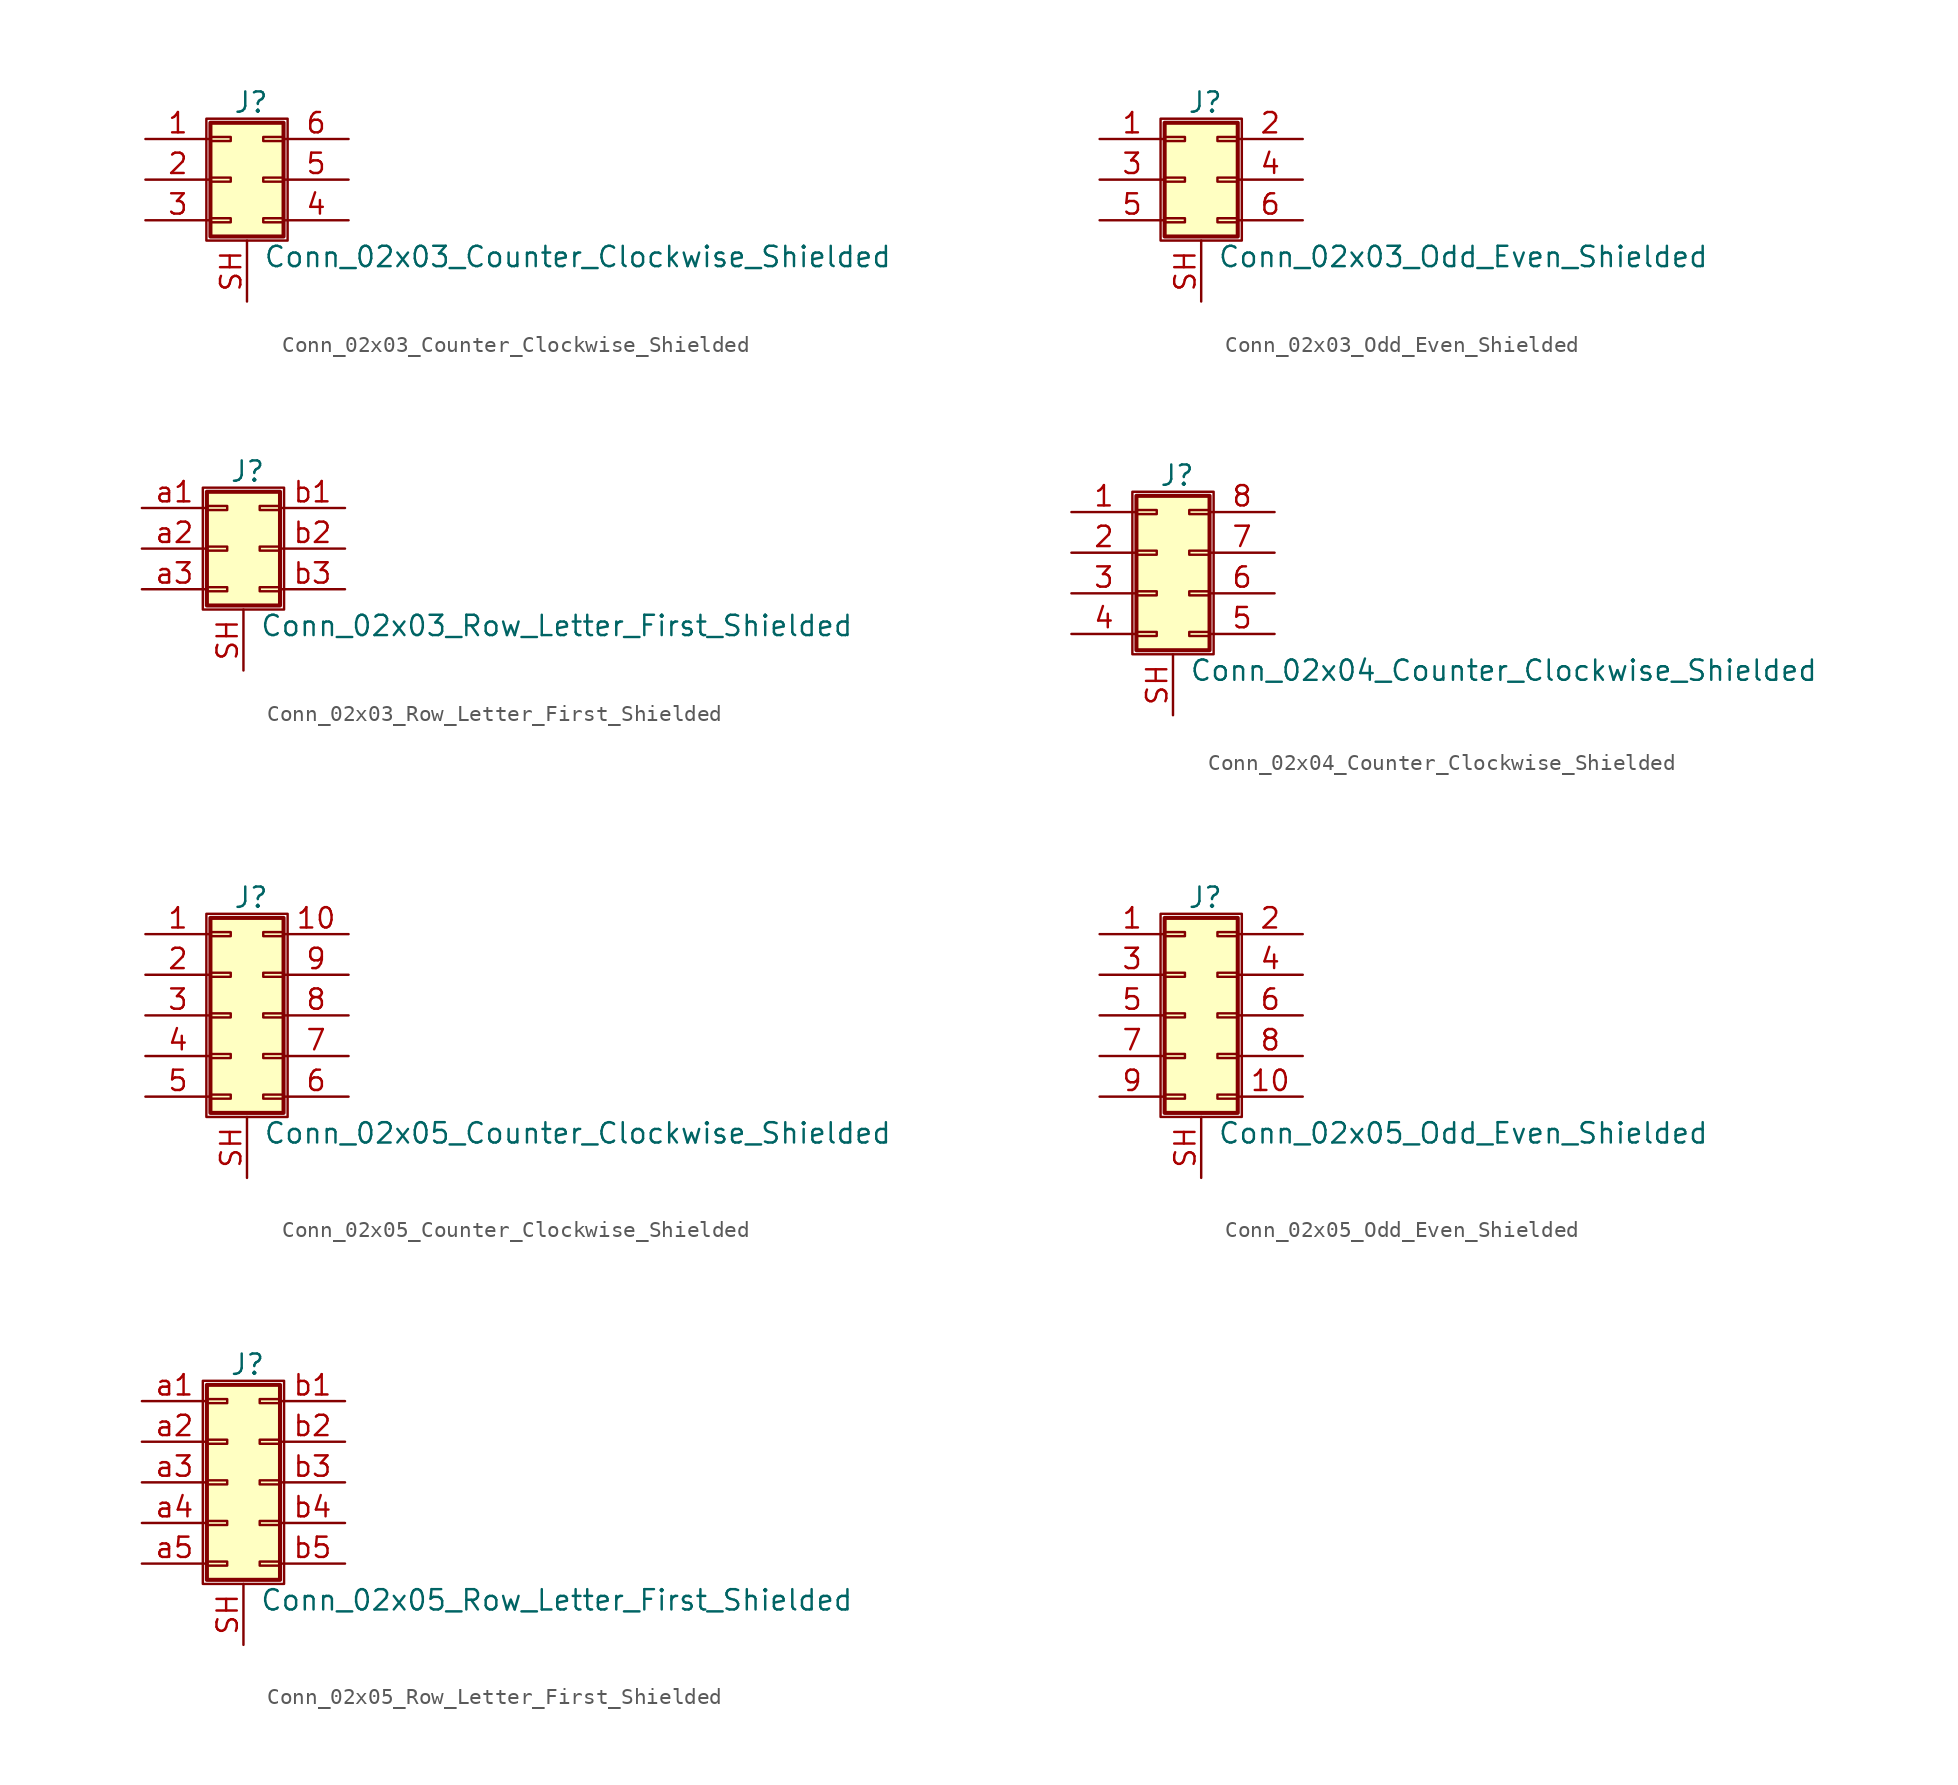
<source format=kicad_sym>
(kicad_symbol_lib
  (version 20201005)
  (generator kicad_symbol_editor)
  (symbol "Conn_02x03_Counter_Clockwise_Shielded"
    (pin_names
      (offset 1.016) hide)
    (property "Reference" "J"
      (at 1.524 4.826 0)
      (effects (font (size 1.27 1.27))))
    (property "Value" "Conn_02x03_Counter_Clockwise_Shielded"
      (at 2.286 -4.826 0)
      (effects (font (size 1.27 1.27)) (justify left)))
    (symbol "Conn_02x03_Counter_Clockwise_Shielded_1_1"
      (rectangle (start -1.27 3.81) (end 3.81 -3.81) (stroke (width 0.152)) (fill (type none)))
      (rectangle (start -1.016 -2.413) (end 0.254 -2.667) (stroke (width 0.152)) (fill (type none)))
      (rectangle (start -1.016 0.127) (end 0.254 -0.127) (stroke (width 0.152)) (fill (type none)))
      (rectangle (start -1.016 2.667) (end 0.254 2.413) (stroke (width 0.152)) (fill (type none)))
      (rectangle (start -1.016 3.556) (end 3.556 -3.556) (stroke (width 0.254)) (fill (type background)))
      (rectangle (start 3.556 -2.413) (end 2.286 -2.667) (stroke (width 0.152)) (fill (type none)))
      (rectangle (start 3.556 0.127) (end 2.286 -0.127) (stroke (width 0.152)) (fill (type none)))
      (rectangle (start 3.556 2.667) (end 2.286 2.413) (stroke (width 0.152)) (fill (type none)))
      (pin passive line (at -5.08 2.54 0) (length 4.064) (name "Pin_1" (effects (font (size 1.27 1.27)))) (number "1" (effects (font (size 1.27 1.27)))))
      (pin passive line (at -5.08 0 0) (length 4.064) (name "Pin_2" (effects (font (size 1.27 1.27)))) (number "2" (effects (font (size 1.27 1.27)))))
      (pin passive line (at -5.08 -2.54 0) (length 4.064) (name "Pin_3" (effects (font (size 1.27 1.27)))) (number "3" (effects (font (size 1.27 1.27)))))
      (pin passive line (at 7.62 -2.54 180) (length 4.064) (name "Pin_4" (effects (font (size 1.27 1.27)))) (number "4" (effects (font (size 1.27 1.27)))))
      (pin passive line (at 7.62 0 180) (length 4.064) (name "Pin_5" (effects (font (size 1.27 1.27)))) (number "5" (effects (font (size 1.27 1.27)))))
      (pin passive line (at 7.62 2.54 180) (length 4.064) (name "Pin_6" (effects (font (size 1.27 1.27)))) (number "6" (effects (font (size 1.27 1.27)))))
      (pin passive line (at 1.27 -7.62 90) (length 3.81) (name "Shield" (effects (font (size 1.27 1.27)))) (number "SH" (effects (font (size 1.27 1.27)))))))
  (symbol "Conn_02x03_Odd_Even_Shielded"
    (pin_names
      (offset 1.016) hide)
    (property "Reference" "J"
      (at 1.524 4.826 0)
      (effects (font (size 1.27 1.27))))
    (property "Value" "Conn_02x03_Odd_Even_Shielded"
      (at 2.286 -4.826 0)
      (effects (font (size 1.27 1.27)) (justify left)))
    (symbol "Conn_02x03_Odd_Even_Shielded_1_1"
      (rectangle (start -1.27 3.81) (end 3.81 -3.81) (stroke (width 0.152)) (fill (type none)))
      (rectangle (start -1.016 -2.413) (end 0.254 -2.667) (stroke (width 0.152)) (fill (type none)))
      (rectangle (start -1.016 0.127) (end 0.254 -0.127) (stroke (width 0.152)) (fill (type none)))
      (rectangle (start -1.016 2.667) (end 0.254 2.413) (stroke (width 0.152)) (fill (type none)))
      (rectangle (start -1.016 3.556) (end 3.556 -3.556) (stroke (width 0.254)) (fill (type background)))
      (rectangle (start 3.556 -2.413) (end 2.286 -2.667) (stroke (width 0.152)) (fill (type none)))
      (rectangle (start 3.556 0.127) (end 2.286 -0.127) (stroke (width 0.152)) (fill (type none)))
      (rectangle (start 3.556 2.667) (end 2.286 2.413) (stroke (width 0.152)) (fill (type none)))
      (pin passive line (at -5.08 2.54 0) (length 4.064) (name "Pin_1" (effects (font (size 1.27 1.27)))) (number "1" (effects (font (size 1.27 1.27)))))
      (pin passive line (at 7.62 2.54 180) (length 4.064) (name "Pin_2" (effects (font (size 1.27 1.27)))) (number "2" (effects (font (size 1.27 1.27)))))
      (pin passive line (at -5.08 0 0) (length 4.064) (name "Pin_3" (effects (font (size 1.27 1.27)))) (number "3" (effects (font (size 1.27 1.27)))))
      (pin passive line (at 7.62 0 180) (length 4.064) (name "Pin_4" (effects (font (size 1.27 1.27)))) (number "4" (effects (font (size 1.27 1.27)))))
      (pin passive line (at -5.08 -2.54 0) (length 4.064) (name "Pin_5" (effects (font (size 1.27 1.27)))) (number "5" (effects (font (size 1.27 1.27)))))
      (pin passive line (at 7.62 -2.54 180) (length 4.064) (name "Pin_6" (effects (font (size 1.27 1.27)))) (number "6" (effects (font (size 1.27 1.27)))))
      (pin passive line (at 1.27 -7.62 90) (length 3.81) (name "Shield" (effects (font (size 1.27 1.27)))) (number "SH" (effects (font (size 1.27 1.27)))))))
  (symbol "Conn_02x03_Row_Letter_First_Shielded"
    (pin_names
      (offset 1.016) hide)
    (property "Reference" "J"
      (at 1.524 4.826 0)
      (effects (font (size 1.27 1.27))))
    (property "Value" "Conn_02x03_Row_Letter_First_Shielded"
      (at 2.286 -4.826 0)
      (effects (font (size 1.27 1.27)) (justify left)))
    (symbol "Conn_02x03_Row_Letter_First_Shielded_1_1"
      (rectangle (start -1.27 3.81) (end 3.81 -3.81) (stroke (width 0.152)) (fill (type none)))
      (rectangle (start -1.016 -2.413) (end 0.254 -2.667) (stroke (width 0.152)) (fill (type none)))
      (rectangle (start -1.016 0.127) (end 0.254 -0.127) (stroke (width 0.152)) (fill (type none)))
      (rectangle (start -1.016 2.667) (end 0.254 2.413) (stroke (width 0.152)) (fill (type none)))
      (rectangle (start -1.016 3.556) (end 3.556 -3.556) (stroke (width 0.254)) (fill (type background)))
      (rectangle (start 3.556 -2.413) (end 2.286 -2.667) (stroke (width 0.152)) (fill (type none)))
      (rectangle (start 3.556 0.127) (end 2.286 -0.127) (stroke (width 0.152)) (fill (type none)))
      (rectangle (start 3.556 2.667) (end 2.286 2.413) (stroke (width 0.152)) (fill (type none)))
      (pin passive line (at 1.27 -7.62 90) (length 3.81) (name "Shield" (effects (font (size 1.27 1.27)))) (number "SH" (effects (font (size 1.27 1.27)))))
      (pin passive line (at -5.08 2.54 0) (length 4.064) (name "Pin_a1" (effects (font (size 1.27 1.27)))) (number "a1" (effects (font (size 1.27 1.27)))))
      (pin passive line (at -5.08 0 0) (length 4.064) (name "Pin_a2" (effects (font (size 1.27 1.27)))) (number "a2" (effects (font (size 1.27 1.27)))))
      (pin passive line (at -5.08 -2.54 0) (length 4.064) (name "Pin_a3" (effects (font (size 1.27 1.27)))) (number "a3" (effects (font (size 1.27 1.27)))))
      (pin passive line (at 7.62 2.54 180) (length 4.064) (name "Pin_b1" (effects (font (size 1.27 1.27)))) (number "b1" (effects (font (size 1.27 1.27)))))
      (pin passive line (at 7.62 0 180) (length 4.064) (name "Pin_b2" (effects (font (size 1.27 1.27)))) (number "b2" (effects (font (size 1.27 1.27)))))
      (pin passive line (at 7.62 -2.54 180) (length 4.064) (name "Pin_b3" (effects (font (size 1.27 1.27)))) (number "b3" (effects (font (size 1.27 1.27)))))))
  (symbol "Conn_02x04_Counter_Clockwise_Shielded"
    (pin_names
      (offset 1.016) hide)
    (property "Reference" "J"
      (at 1.524 4.826 0)
      (effects (font (size 1.27 1.27))))
    (property "Value" "Conn_02x04_Counter_Clockwise_Shielded"
      (at 2.286 -7.366 0)
      (effects (font (size 1.27 1.27)) (justify left)))
    (symbol "Conn_02x04_Counter_Clockwise_Shielded_1_1"
      (rectangle (start -1.27 3.81) (end 3.81 -6.35) (stroke (width 0.152)) (fill (type none)))
      (rectangle (start -1.016 -4.953) (end 0.254 -5.207) (stroke (width 0.152)) (fill (type none)))
      (rectangle (start -1.016 -2.413) (end 0.254 -2.667) (stroke (width 0.152)) (fill (type none)))
      (rectangle (start -1.016 0.127) (end 0.254 -0.127) (stroke (width 0.152)) (fill (type none)))
      (rectangle (start -1.016 2.667) (end 0.254 2.413) (stroke (width 0.152)) (fill (type none)))
      (rectangle (start -1.016 3.556) (end 3.556 -6.096) (stroke (width 0.254)) (fill (type background)))
      (rectangle (start 3.556 -4.953) (end 2.286 -5.207) (stroke (width 0.152)) (fill (type none)))
      (rectangle (start 3.556 -2.413) (end 2.286 -2.667) (stroke (width 0.152)) (fill (type none)))
      (rectangle (start 3.556 0.127) (end 2.286 -0.127) (stroke (width 0.152)) (fill (type none)))
      (rectangle (start 3.556 2.667) (end 2.286 2.413) (stroke (width 0.152)) (fill (type none)))
      (pin passive line (at -5.08 2.54 0) (length 4.064) (name "Pin_1" (effects (font (size 1.27 1.27)))) (number "1" (effects (font (size 1.27 1.27)))))
      (pin passive line (at -5.08 0 0) (length 4.064) (name "Pin_2" (effects (font (size 1.27 1.27)))) (number "2" (effects (font (size 1.27 1.27)))))
      (pin passive line (at -5.08 -2.54 0) (length 4.064) (name "Pin_3" (effects (font (size 1.27 1.27)))) (number "3" (effects (font (size 1.27 1.27)))))
      (pin passive line (at -5.08 -5.08 0) (length 4.064) (name "Pin_4" (effects (font (size 1.27 1.27)))) (number "4" (effects (font (size 1.27 1.27)))))
      (pin passive line (at 7.62 -5.08 180) (length 4.064) (name "Pin_5" (effects (font (size 1.27 1.27)))) (number "5" (effects (font (size 1.27 1.27)))))
      (pin passive line (at 7.62 -2.54 180) (length 4.064) (name "Pin_6" (effects (font (size 1.27 1.27)))) (number "6" (effects (font (size 1.27 1.27)))))
      (pin passive line (at 7.62 0 180) (length 4.064) (name "Pin_7" (effects (font (size 1.27 1.27)))) (number "7" (effects (font (size 1.27 1.27)))))
      (pin passive line (at 7.62 2.54 180) (length 4.064) (name "Pin_8" (effects (font (size 1.27 1.27)))) (number "8" (effects (font (size 1.27 1.27)))))
      (pin passive line (at 1.27 -10.16 90) (length 3.81) (name "Shield" (effects (font (size 1.27 1.27)))) (number "SH" (effects (font (size 1.27 1.27)))))))
  (symbol "Conn_02x05_Counter_Clockwise_Shielded"
    (pin_names
      (offset 1.016) hide)
    (property "Reference" "J"
      (at 1.524 7.366 0)
      (effects (font (size 1.27 1.27))))
    (property "Value" "Conn_02x05_Counter_Clockwise_Shielded"
      (at 2.286 -7.366 0)
      (effects (font (size 1.27 1.27)) (justify left)))
    (symbol "Conn_02x05_Counter_Clockwise_Shielded_1_1"
      (rectangle (start -1.27 6.35) (end 3.81 -6.35) (stroke (width 0.152)) (fill (type none)))
      (rectangle (start -1.016 -4.953) (end 0.254 -5.207) (stroke (width 0.152)) (fill (type none)))
      (rectangle (start -1.016 -2.413) (end 0.254 -2.667) (stroke (width 0.152)) (fill (type none)))
      (rectangle (start -1.016 0.127) (end 0.254 -0.127) (stroke (width 0.152)) (fill (type none)))
      (rectangle (start -1.016 2.667) (end 0.254 2.413) (stroke (width 0.152)) (fill (type none)))
      (rectangle (start -1.016 5.207) (end 0.254 4.953) (stroke (width 0.152)) (fill (type none)))
      (rectangle (start -1.016 6.096) (end 3.556 -6.096) (stroke (width 0.254)) (fill (type background)))
      (rectangle (start 3.556 -4.953) (end 2.286 -5.207) (stroke (width 0.152)) (fill (type none)))
      (rectangle (start 3.556 -2.413) (end 2.286 -2.667) (stroke (width 0.152)) (fill (type none)))
      (rectangle (start 3.556 0.127) (end 2.286 -0.127) (stroke (width 0.152)) (fill (type none)))
      (rectangle (start 3.556 2.667) (end 2.286 2.413) (stroke (width 0.152)) (fill (type none)))
      (rectangle (start 3.556 5.207) (end 2.286 4.953) (stroke (width 0.152)) (fill (type none)))
      (pin passive line (at -5.08 5.08 0) (length 4.064) (name "Pin_1" (effects (font (size 1.27 1.27)))) (number "1" (effects (font (size 1.27 1.27)))))
      (pin passive line (at 7.62 5.08 180) (length 4.064) (name "Pin_10" (effects (font (size 1.27 1.27)))) (number "10" (effects (font (size 1.27 1.27)))))
      (pin passive line (at -5.08 2.54 0) (length 4.064) (name "Pin_2" (effects (font (size 1.27 1.27)))) (number "2" (effects (font (size 1.27 1.27)))))
      (pin passive line (at -5.08 0 0) (length 4.064) (name "Pin_3" (effects (font (size 1.27 1.27)))) (number "3" (effects (font (size 1.27 1.27)))))
      (pin passive line (at -5.08 -2.54 0) (length 4.064) (name "Pin_4" (effects (font (size 1.27 1.27)))) (number "4" (effects (font (size 1.27 1.27)))))
      (pin passive line (at -5.08 -5.08 0) (length 4.064) (name "Pin_5" (effects (font (size 1.27 1.27)))) (number "5" (effects (font (size 1.27 1.27)))))
      (pin passive line (at 7.62 -5.08 180) (length 4.064) (name "Pin_6" (effects (font (size 1.27 1.27)))) (number "6" (effects (font (size 1.27 1.27)))))
      (pin passive line (at 7.62 -2.54 180) (length 4.064) (name "Pin_7" (effects (font (size 1.27 1.27)))) (number "7" (effects (font (size 1.27 1.27)))))
      (pin passive line (at 7.62 0 180) (length 4.064) (name "Pin_8" (effects (font (size 1.27 1.27)))) (number "8" (effects (font (size 1.27 1.27)))))
      (pin passive line (at 7.62 2.54 180) (length 4.064) (name "Pin_9" (effects (font (size 1.27 1.27)))) (number "9" (effects (font (size 1.27 1.27)))))
      (pin passive line (at 1.27 -10.16 90) (length 3.81) (name "Shield" (effects (font (size 1.27 1.27)))) (number "SH" (effects (font (size 1.27 1.27)))))))
  (symbol "Conn_02x05_Odd_Even_Shielded"
    (pin_names
      (offset 1.016) hide)
    (property "Reference" "J"
      (at 1.524 7.366 0)
      (effects (font (size 1.27 1.27))))
    (property "Value" "Conn_02x05_Odd_Even_Shielded"
      (at 2.286 -7.366 0)
      (effects (font (size 1.27 1.27)) (justify left)))
    (symbol "Conn_02x05_Odd_Even_Shielded_1_1"
      (rectangle (start -1.27 6.35) (end 3.81 -6.35) (stroke (width 0.152)) (fill (type none)))
      (rectangle (start -1.016 -4.953) (end 0.254 -5.207) (stroke (width 0.152)) (fill (type none)))
      (rectangle (start -1.016 -2.413) (end 0.254 -2.667) (stroke (width 0.152)) (fill (type none)))
      (rectangle (start -1.016 0.127) (end 0.254 -0.127) (stroke (width 0.152)) (fill (type none)))
      (rectangle (start -1.016 2.667) (end 0.254 2.413) (stroke (width 0.152)) (fill (type none)))
      (rectangle (start -1.016 5.207) (end 0.254 4.953) (stroke (width 0.152)) (fill (type none)))
      (rectangle (start -1.016 6.096) (end 3.556 -6.096) (stroke (width 0.254)) (fill (type background)))
      (rectangle (start 3.556 -4.953) (end 2.286 -5.207) (stroke (width 0.152)) (fill (type none)))
      (rectangle (start 3.556 -2.413) (end 2.286 -2.667) (stroke (width 0.152)) (fill (type none)))
      (rectangle (start 3.556 0.127) (end 2.286 -0.127) (stroke (width 0.152)) (fill (type none)))
      (rectangle (start 3.556 2.667) (end 2.286 2.413) (stroke (width 0.152)) (fill (type none)))
      (rectangle (start 3.556 5.207) (end 2.286 4.953) (stroke (width 0.152)) (fill (type none)))
      (pin passive line (at -5.08 5.08 0) (length 4.064) (name "Pin_1" (effects (font (size 1.27 1.27)))) (number "1" (effects (font (size 1.27 1.27)))))
      (pin passive line (at 7.62 -5.08 180) (length 4.064) (name "Pin_10" (effects (font (size 1.27 1.27)))) (number "10" (effects (font (size 1.27 1.27)))))
      (pin passive line (at 7.62 5.08 180) (length 4.064) (name "Pin_2" (effects (font (size 1.27 1.27)))) (number "2" (effects (font (size 1.27 1.27)))))
      (pin passive line (at -5.08 2.54 0) (length 4.064) (name "Pin_3" (effects (font (size 1.27 1.27)))) (number "3" (effects (font (size 1.27 1.27)))))
      (pin passive line (at 7.62 2.54 180) (length 4.064) (name "Pin_4" (effects (font (size 1.27 1.27)))) (number "4" (effects (font (size 1.27 1.27)))))
      (pin passive line (at -5.08 0 0) (length 4.064) (name "Pin_5" (effects (font (size 1.27 1.27)))) (number "5" (effects (font (size 1.27 1.27)))))
      (pin passive line (at 7.62 0 180) (length 4.064) (name "Pin_6" (effects (font (size 1.27 1.27)))) (number "6" (effects (font (size 1.27 1.27)))))
      (pin passive line (at -5.08 -2.54 0) (length 4.064) (name "Pin_7" (effects (font (size 1.27 1.27)))) (number "7" (effects (font (size 1.27 1.27)))))
      (pin passive line (at 7.62 -2.54 180) (length 4.064) (name "Pin_8" (effects (font (size 1.27 1.27)))) (number "8" (effects (font (size 1.27 1.27)))))
      (pin passive line (at -5.08 -5.08 0) (length 4.064) (name "Pin_9" (effects (font (size 1.27 1.27)))) (number "9" (effects (font (size 1.27 1.27)))))
      (pin passive line (at 1.27 -10.16 90) (length 3.81) (name "Shield" (effects (font (size 1.27 1.27)))) (number "SH" (effects (font (size 1.27 1.27)))))))
  (symbol "Conn_02x05_Row_Letter_First_Shielded"
    (pin_names
      (offset 1.016) hide)
    (property "Reference" "J"
      (at 1.524 7.366 0)
      (effects (font (size 1.27 1.27))))
    (property "Value" "Conn_02x05_Row_Letter_First_Shielded"
      (at 2.286 -7.366 0)
      (effects (font (size 1.27 1.27)) (justify left)))
    (symbol "Conn_02x05_Row_Letter_First_Shielded_1_1"
      (rectangle (start -1.27 6.35) (end 3.81 -6.35) (stroke (width 0.152)) (fill (type none)))
      (rectangle (start -1.016 -4.953) (end 0.254 -5.207) (stroke (width 0.152)) (fill (type none)))
      (rectangle (start -1.016 -2.413) (end 0.254 -2.667) (stroke (width 0.152)) (fill (type none)))
      (rectangle (start -1.016 0.127) (end 0.254 -0.127) (stroke (width 0.152)) (fill (type none)))
      (rectangle (start -1.016 2.667) (end 0.254 2.413) (stroke (width 0.152)) (fill (type none)))
      (rectangle (start -1.016 5.207) (end 0.254 4.953) (stroke (width 0.152)) (fill (type none)))
      (rectangle (start -1.016 6.096) (end 3.556 -6.096) (stroke (width 0.254)) (fill (type background)))
      (rectangle (start 3.556 -4.953) (end 2.286 -5.207) (stroke (width 0.152)) (fill (type none)))
      (rectangle (start 3.556 -2.413) (end 2.286 -2.667) (stroke (width 0.152)) (fill (type none)))
      (rectangle (start 3.556 0.127) (end 2.286 -0.127) (stroke (width 0.152)) (fill (type none)))
      (rectangle (start 3.556 2.667) (end 2.286 2.413) (stroke (width 0.152)) (fill (type none)))
      (rectangle (start 3.556 5.207) (end 2.286 4.953) (stroke (width 0.152)) (fill (type none)))
      (pin passive line (at 1.27 -10.16 90) (length 3.81) (name "Shield" (effects (font (size 1.27 1.27)))) (number "SH" (effects (font (size 1.27 1.27)))))
      (pin passive line (at -5.08 5.08 0) (length 4.064) (name "Pin_a1" (effects (font (size 1.27 1.27)))) (number "a1" (effects (font (size 1.27 1.27)))))
      (pin passive line (at -5.08 2.54 0) (length 4.064) (name "Pin_a2" (effects (font (size 1.27 1.27)))) (number "a2" (effects (font (size 1.27 1.27)))))
      (pin passive line (at -5.08 0 0) (length 4.064) (name "Pin_a3" (effects (font (size 1.27 1.27)))) (number "a3" (effects (font (size 1.27 1.27)))))
      (pin passive line (at -5.08 -2.54 0) (length 4.064) (name "Pin_a4" (effects (font (size 1.27 1.27)))) (number "a4" (effects (font (size 1.27 1.27)))))
      (pin passive line (at -5.08 -5.08 0) (length 4.064) (name "Pin_a5" (effects (font (size 1.27 1.27)))) (number "a5" (effects (font (size 1.27 1.27)))))
      (pin passive line (at 7.62 5.08 180) (length 4.064) (name "Pin_b1" (effects (font (size 1.27 1.27)))) (number "b1" (effects (font (size 1.27 1.27)))))
      (pin passive line (at 7.62 2.54 180) (length 4.064) (name "Pin_b2" (effects (font (size 1.27 1.27)))) (number "b2" (effects (font (size 1.27 1.27)))))
      (pin passive line (at 7.62 0 180) (length 4.064) (name "Pin_b3" (effects (font (size 1.27 1.27)))) (number "b3" (effects (font (size 1.27 1.27)))))
      (pin passive line (at 7.62 -2.54 180) (length 4.064) (name "Pin_b4" (effects (font (size 1.27 1.27)))) (number "b4" (effects (font (size 1.27 1.27)))))
      (pin passive line (at 7.62 -5.08 180) (length 4.064) (name "Pin_b5" (effects (font (size 1.27 1.27)))) (number "b5" (effects (font (size 1.27 1.27))))))))
</source>
